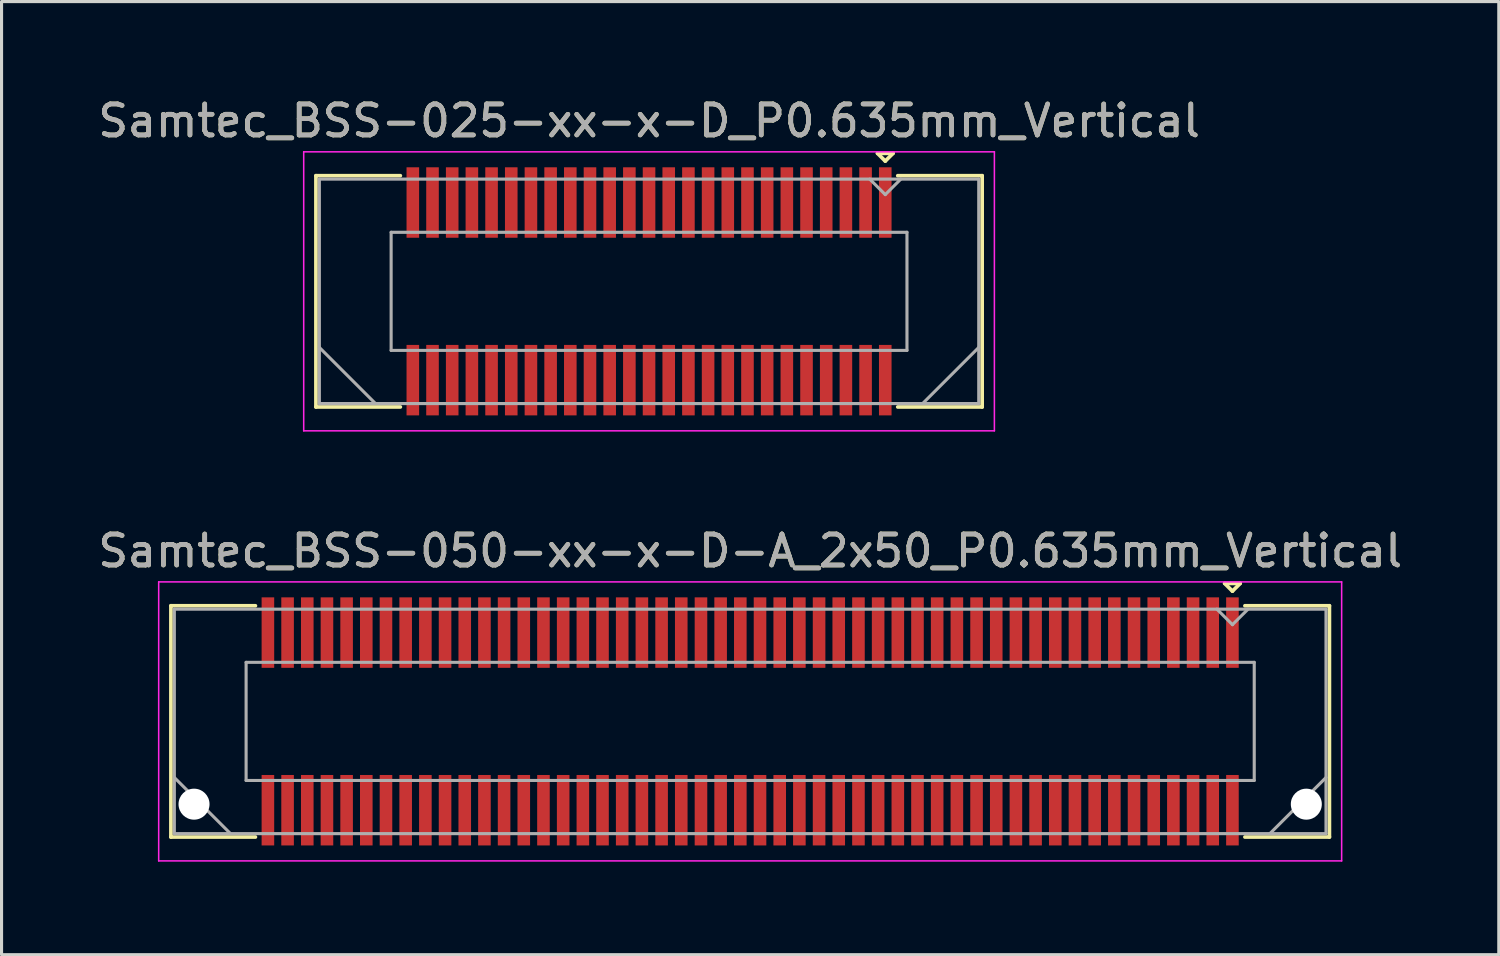
<source format=kicad_pcb>
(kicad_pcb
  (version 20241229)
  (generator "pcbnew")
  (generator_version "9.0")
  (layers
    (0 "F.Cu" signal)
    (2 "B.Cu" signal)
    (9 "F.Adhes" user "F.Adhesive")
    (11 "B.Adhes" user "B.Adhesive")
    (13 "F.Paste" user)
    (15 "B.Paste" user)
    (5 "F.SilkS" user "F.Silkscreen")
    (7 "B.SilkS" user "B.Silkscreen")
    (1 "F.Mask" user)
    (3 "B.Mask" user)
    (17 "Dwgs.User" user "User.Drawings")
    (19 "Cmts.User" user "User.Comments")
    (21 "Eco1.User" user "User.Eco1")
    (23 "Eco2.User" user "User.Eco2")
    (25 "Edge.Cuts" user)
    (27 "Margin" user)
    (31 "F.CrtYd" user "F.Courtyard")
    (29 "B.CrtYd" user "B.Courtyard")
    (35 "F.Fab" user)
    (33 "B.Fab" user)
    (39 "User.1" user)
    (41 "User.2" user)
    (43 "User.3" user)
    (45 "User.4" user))
  (footprint "Samtec_BSS-050-xx-x-D-A_2x50_P0.635mm_Vertical"
    (layer "F.Cu")
    (at 21.149 20.221)
    (property "Reference" "Samtec_BSS-050-xx-x-D-A_2x50_P0.635mm_Vertical" (at 0 -5.5 0) (layer "F.SilkS") (effects (font (size 1 1) (thickness 0.15))))
    (attr smd)
    (fp_line (start -18.685 -3.73) (end -15.96 -3.73) (stroke (width 0.12) (type solid)) (layer "F.SilkS"))
    (fp_line (start -18.685 3.73) (end -18.685 -3.73) (stroke (width 0.12) (type solid)) (layer "F.SilkS"))
    (fp_line (start -15.96 3.73) (end -18.685 3.73) (stroke (width 0.12) (type solid)) (layer "F.SilkS"))
    (fp_line (start 15.307 -4.452) (end 15.807 -4.452) (stroke (width 0.12) (type solid)) (layer "F.SilkS"))
    (fp_line (start 15.557 -4.202) (end 15.307 -4.452) (stroke (width 0.12) (type solid)) (layer "F.SilkS"))
    (fp_line (start 15.807 -4.452) (end 15.557 -4.202) (stroke (width 0.12) (type solid)) (layer "F.SilkS"))
    (fp_line (start 15.96 3.73) (end 18.685 3.73) (stroke (width 0.12) (type solid)) (layer "F.SilkS"))
    (fp_line (start 18.685 -3.73) (end 15.96 -3.73) (stroke (width 0.12) (type solid)) (layer "F.SilkS"))
    (fp_line (start 18.685 3.73) (end 18.685 -3.73) (stroke (width 0.12) (type solid)) (layer "F.SilkS"))
    (fp_line (start -19.08 -4.5) (end -19.08 4.5) (stroke (width 0.05) (type solid)) (layer "F.CrtYd"))
    (fp_line (start -19.08 4.5) (end 19.08 4.5) (stroke (width 0.05) (type solid)) (layer "F.CrtYd"))
    (fp_line (start 19.08 -4.5) (end -19.08 -4.5) (stroke (width 0.05) (type solid)) (layer "F.CrtYd"))
    (fp_line (start 19.08 4.5) (end 19.08 -4.5) (stroke (width 0.05) (type solid)) (layer "F.CrtYd"))
    (fp_line (start -18.575 -3.62) (end -18.575 3.62) (stroke (width 0.1) (type solid)) (layer "F.Fab"))
    (fp_line (start -18.575 1.81) (end -16.765 3.62) (stroke (width 0.1) (type solid)) (layer "F.Fab"))
    (fp_line (start -18.575 3.62) (end 18.575 3.62) (stroke (width 0.1) (type solid)) (layer "F.Fab"))
    (fp_line (start -16.26 -1.905) (end -16.26 1.905) (stroke (width 0.1) (type solid)) (layer "F.Fab"))
    (fp_line (start -16.26 1.905) (end 16.26 1.905) (stroke (width 0.1) (type solid)) (layer "F.Fab"))
    (fp_line (start 15.557 -3.12) (end 15.057 -3.62) (stroke (width 0.1) (type solid)) (layer "F.Fab"))
    (fp_line (start 16.058 -3.62) (end 15.557 -3.12) (stroke (width 0.1) (type solid)) (layer "F.Fab"))
    (fp_line (start 16.26 -1.905) (end -16.26 -1.905) (stroke (width 0.1) (type solid)) (layer "F.Fab"))
    (fp_line (start 16.26 1.905) (end 16.26 -1.905) (stroke (width 0.1) (type solid)) (layer "F.Fab"))
    (fp_line (start 18.575 -3.62) (end -18.575 -3.62) (stroke (width 0.1) (type solid)) (layer "F.Fab"))
    (fp_line (start 18.575 1.81) (end 16.765 3.62) (stroke (width 0.1) (type solid)) (layer "F.Fab"))
    (fp_line (start 18.575 3.62) (end 18.575 -3.62) (stroke (width 0.1) (type solid)) (layer "F.Fab"))
    (fp_text user "${REFERENCE}" (at 0 -5.5 0) (layer "F.Fab") (effects (font (size 1 1) (thickness 0.15))))
    (pad "" np_thru_hole circle (at -17.94 2.67) (size 1 1) (drill 1) (layers "*.Cu" "*.Mask"))
    (pad "" np_thru_hole circle (at 17.94 2.67) (size 1 1) (drill 1) (layers "*.Cu" "*.Mask"))
    (pad "1" smd rect (at 15.557 -2.865) (size 0.406 2.273) (layers "F.Cu" "F.Mask" "F.Paste"))
    (pad "2" smd rect (at 15.557 2.865) (size 0.406 2.273) (layers "F.Cu" "F.Mask" "F.Paste"))
    (pad "3" smd rect (at 14.922 -2.865) (size 0.406 2.273) (layers "F.Cu" "F.Mask" "F.Paste"))
    (pad "4" smd rect (at 14.922 2.865) (size 0.406 2.273) (layers "F.Cu" "F.Mask" "F.Paste"))
    (pad "5" smd rect (at 14.287 -2.865) (size 0.406 2.273) (layers "F.Cu" "F.Mask" "F.Paste"))
    (pad "6" smd rect (at 14.287 2.865) (size 0.406 2.273) (layers "F.Cu" "F.Mask" "F.Paste"))
    (pad "7" smd rect (at 13.652 -2.865) (size 0.406 2.273) (layers "F.Cu" "F.Mask" "F.Paste"))
    (pad "8" smd rect (at 13.652 2.865) (size 0.406 2.273) (layers "F.Cu" "F.Mask" "F.Paste"))
    (pad "9" smd rect (at 13.018 -2.865) (size 0.406 2.273) (layers "F.Cu" "F.Mask" "F.Paste"))
    (pad "10" smd rect (at 13.018 2.865) (size 0.406 2.273) (layers "F.Cu" "F.Mask" "F.Paste"))
    (pad "11" smd rect (at 12.383 -2.865) (size 0.406 2.273) (layers "F.Cu" "F.Mask" "F.Paste"))
    (pad "12" smd rect (at 12.383 2.865) (size 0.406 2.273) (layers "F.Cu" "F.Mask" "F.Paste"))
    (pad "13" smd rect (at 11.748 -2.865) (size 0.406 2.273) (layers "F.Cu" "F.Mask" "F.Paste"))
    (pad "14" smd rect (at 11.748 2.865) (size 0.406 2.273) (layers "F.Cu" "F.Mask" "F.Paste"))
    (pad "15" smd rect (at 11.113 -2.865) (size 0.406 2.273) (layers "F.Cu" "F.Mask" "F.Paste"))
    (pad "16" smd rect (at 11.113 2.865) (size 0.406 2.273) (layers "F.Cu" "F.Mask" "F.Paste"))
    (pad "17" smd rect (at 10.477 -2.865) (size 0.406 2.273) (layers "F.Cu" "F.Mask" "F.Paste"))
    (pad "18" smd rect (at 10.477 2.865) (size 0.406 2.273) (layers "F.Cu" "F.Mask" "F.Paste"))
    (pad "19" smd rect (at 9.842 -2.865) (size 0.406 2.273) (layers "F.Cu" "F.Mask" "F.Paste"))
    (pad "20" smd rect (at 9.842 2.865) (size 0.406 2.273) (layers "F.Cu" "F.Mask" "F.Paste"))
    (pad "21" smd rect (at 9.207 -2.865) (size 0.406 2.273) (layers "F.Cu" "F.Mask" "F.Paste"))
    (pad "22" smd rect (at 9.207 2.865) (size 0.406 2.273) (layers "F.Cu" "F.Mask" "F.Paste"))
    (pad "23" smd rect (at 8.572 -2.865) (size 0.406 2.273) (layers "F.Cu" "F.Mask" "F.Paste"))
    (pad "24" smd rect (at 8.572 2.865) (size 0.406 2.273) (layers "F.Cu" "F.Mask" "F.Paste"))
    (pad "25" smd rect (at 7.938 -2.865) (size 0.406 2.273) (layers "F.Cu" "F.Mask" "F.Paste"))
    (pad "26" smd rect (at 7.938 2.865) (size 0.406 2.273) (layers "F.Cu" "F.Mask" "F.Paste"))
    (pad "27" smd rect (at 7.303 -2.865) (size 0.406 2.273) (layers "F.Cu" "F.Mask" "F.Paste"))
    (pad "28" smd rect (at 7.303 2.865) (size 0.406 2.273) (layers "F.Cu" "F.Mask" "F.Paste"))
    (pad "29" smd rect (at 6.668 -2.865) (size 0.406 2.273) (layers "F.Cu" "F.Mask" "F.Paste"))
    (pad "30" smd rect (at 6.668 2.865) (size 0.406 2.273) (layers "F.Cu" "F.Mask" "F.Paste"))
    (pad "31" smd rect (at 6.032 -2.865) (size 0.406 2.273) (layers "F.Cu" "F.Mask" "F.Paste"))
    (pad "32" smd rect (at 6.032 2.865) (size 0.406 2.273) (layers "F.Cu" "F.Mask" "F.Paste"))
    (pad "33" smd rect (at 5.397 -2.865) (size 0.406 2.273) (layers "F.Cu" "F.Mask" "F.Paste"))
    (pad "34" smd rect (at 5.397 2.865) (size 0.406 2.273) (layers "F.Cu" "F.Mask" "F.Paste"))
    (pad "35" smd rect (at 4.763 -2.865) (size 0.406 2.273) (layers "F.Cu" "F.Mask" "F.Paste"))
    (pad "36" smd rect (at 4.763 2.865) (size 0.406 2.273) (layers "F.Cu" "F.Mask" "F.Paste"))
    (pad "37" smd rect (at 4.128 -2.865) (size 0.406 2.273) (layers "F.Cu" "F.Mask" "F.Paste"))
    (pad "38" smd rect (at 4.128 2.865) (size 0.406 2.273) (layers "F.Cu" "F.Mask" "F.Paste"))
    (pad "39" smd rect (at 3.493 -2.865) (size 0.406 2.273) (layers "F.Cu" "F.Mask" "F.Paste"))
    (pad "40" smd rect (at 3.493 2.865) (size 0.406 2.273) (layers "F.Cu" "F.Mask" "F.Paste"))
    (pad "41" smd rect (at 2.857 -2.865) (size 0.406 2.273) (layers "F.Cu" "F.Mask" "F.Paste"))
    (pad "42" smd rect (at 2.857 2.865) (size 0.406 2.273) (layers "F.Cu" "F.Mask" "F.Paste"))
    (pad "43" smd rect (at 2.223 -2.865) (size 0.406 2.273) (layers "F.Cu" "F.Mask" "F.Paste"))
    (pad "44" smd rect (at 2.223 2.865) (size 0.406 2.273) (layers "F.Cu" "F.Mask" "F.Paste"))
    (pad "45" smd rect (at 1.587 -2.865) (size 0.406 2.273) (layers "F.Cu" "F.Mask" "F.Paste"))
    (pad "46" smd rect (at 1.587 2.865) (size 0.406 2.273) (layers "F.Cu" "F.Mask" "F.Paste"))
    (pad "47" smd rect (at 0.953 -2.865) (size 0.406 2.273) (layers "F.Cu" "F.Mask" "F.Paste"))
    (pad "48" smd rect (at 0.953 2.865) (size 0.406 2.273) (layers "F.Cu" "F.Mask" "F.Paste"))
    (pad "49" smd rect (at 0.318 -2.865) (size 0.406 2.273) (layers "F.Cu" "F.Mask" "F.Paste"))
    (pad "50" smd rect (at 0.318 2.865) (size 0.406 2.273) (layers "F.Cu" "F.Mask" "F.Paste"))
    (pad "51" smd rect (at -0.318 -2.865) (size 0.406 2.273) (layers "F.Cu" "F.Mask" "F.Paste"))
    (pad "52" smd rect (at -0.318 2.865) (size 0.406 2.273) (layers "F.Cu" "F.Mask" "F.Paste"))
    (pad "53" smd rect (at -0.953 -2.865) (size 0.406 2.273) (layers "F.Cu" "F.Mask" "F.Paste"))
    (pad "54" smd rect (at -0.953 2.865) (size 0.406 2.273) (layers "F.Cu" "F.Mask" "F.Paste"))
    (pad "55" smd rect (at -1.587 -2.865) (size 0.406 2.273) (layers "F.Cu" "F.Mask" "F.Paste"))
    (pad "56" smd rect (at -1.587 2.865) (size 0.406 2.273) (layers "F.Cu" "F.Mask" "F.Paste"))
    (pad "57" smd rect (at -2.223 -2.865) (size 0.406 2.273) (layers "F.Cu" "F.Mask" "F.Paste"))
    (pad "58" smd rect (at -2.223 2.865) (size 0.406 2.273) (layers "F.Cu" "F.Mask" "F.Paste"))
    (pad "59" smd rect (at -2.857 -2.865) (size 0.406 2.273) (layers "F.Cu" "F.Mask" "F.Paste"))
    (pad "60" smd rect (at -2.857 2.865) (size 0.406 2.273) (layers "F.Cu" "F.Mask" "F.Paste"))
    (pad "61" smd rect (at -3.493 -2.865) (size 0.406 2.273) (layers "F.Cu" "F.Mask" "F.Paste"))
    (pad "62" smd rect (at -3.493 2.865) (size 0.406 2.273) (layers "F.Cu" "F.Mask" "F.Paste"))
    (pad "63" smd rect (at -4.128 -2.865) (size 0.406 2.273) (layers "F.Cu" "F.Mask" "F.Paste"))
    (pad "64" smd rect (at -4.128 2.865) (size 0.406 2.273) (layers "F.Cu" "F.Mask" "F.Paste"))
    (pad "65" smd rect (at -4.763 -2.865) (size 0.406 2.273) (layers "F.Cu" "F.Mask" "F.Paste"))
    (pad "66" smd rect (at -4.763 2.865) (size 0.406 2.273) (layers "F.Cu" "F.Mask" "F.Paste"))
    (pad "67" smd rect (at -5.397 -2.865) (size 0.406 2.273) (layers "F.Cu" "F.Mask" "F.Paste"))
    (pad "68" smd rect (at -5.397 2.865) (size 0.406 2.273) (layers "F.Cu" "F.Mask" "F.Paste"))
    (pad "69" smd rect (at -6.032 -2.865) (size 0.406 2.273) (layers "F.Cu" "F.Mask" "F.Paste"))
    (pad "70" smd rect (at -6.032 2.865) (size 0.406 2.273) (layers "F.Cu" "F.Mask" "F.Paste"))
    (pad "71" smd rect (at -6.668 -2.865) (size 0.406 2.273) (layers "F.Cu" "F.Mask" "F.Paste"))
    (pad "72" smd rect (at -6.668 2.865) (size 0.406 2.273) (layers "F.Cu" "F.Mask" "F.Paste"))
    (pad "73" smd rect (at -7.303 -2.865) (size 0.406 2.273) (layers "F.Cu" "F.Mask" "F.Paste"))
    (pad "74" smd rect (at -7.303 2.865) (size 0.406 2.273) (layers "F.Cu" "F.Mask" "F.Paste"))
    (pad "75" smd rect (at -7.938 -2.865) (size 0.406 2.273) (layers "F.Cu" "F.Mask" "F.Paste"))
    (pad "76" smd rect (at -7.938 2.865) (size 0.406 2.273) (layers "F.Cu" "F.Mask" "F.Paste"))
    (pad "77" smd rect (at -8.572 -2.865) (size 0.406 2.273) (layers "F.Cu" "F.Mask" "F.Paste"))
    (pad "78" smd rect (at -8.572 2.865) (size 0.406 2.273) (layers "F.Cu" "F.Mask" "F.Paste"))
    (pad "79" smd rect (at -9.207 -2.865) (size 0.406 2.273) (layers "F.Cu" "F.Mask" "F.Paste"))
    (pad "80" smd rect (at -9.207 2.865) (size 0.406 2.273) (layers "F.Cu" "F.Mask" "F.Paste"))
    (pad "81" smd rect (at -9.842 -2.865) (size 0.406 2.273) (layers "F.Cu" "F.Mask" "F.Paste"))
    (pad "82" smd rect (at -9.842 2.865) (size 0.406 2.273) (layers "F.Cu" "F.Mask" "F.Paste"))
    (pad "83" smd rect (at -10.477 -2.865) (size 0.406 2.273) (layers "F.Cu" "F.Mask" "F.Paste"))
    (pad "84" smd rect (at -10.477 2.865) (size 0.406 2.273) (layers "F.Cu" "F.Mask" "F.Paste"))
    (pad "85" smd rect (at -11.113 -2.865) (size 0.406 2.273) (layers "F.Cu" "F.Mask" "F.Paste"))
    (pad "86" smd rect (at -11.113 2.865) (size 0.406 2.273) (layers "F.Cu" "F.Mask" "F.Paste"))
    (pad "87" smd rect (at -11.748 -2.865) (size 0.406 2.273) (layers "F.Cu" "F.Mask" "F.Paste"))
    (pad "88" smd rect (at -11.748 2.865) (size 0.406 2.273) (layers "F.Cu" "F.Mask" "F.Paste"))
    (pad "89" smd rect (at -12.383 -2.865) (size 0.406 2.273) (layers "F.Cu" "F.Mask" "F.Paste"))
    (pad "90" smd rect (at -12.383 2.865) (size 0.406 2.273) (layers "F.Cu" "F.Mask" "F.Paste"))
    (pad "91" smd rect (at -13.018 -2.865) (size 0.406 2.273) (layers "F.Cu" "F.Mask" "F.Paste"))
    (pad "92" smd rect (at -13.018 2.865) (size 0.406 2.273) (layers "F.Cu" "F.Mask" "F.Paste"))
    (pad "93" smd rect (at -13.652 -2.865) (size 0.406 2.273) (layers "F.Cu" "F.Mask" "F.Paste"))
    (pad "94" smd rect (at -13.652 2.865) (size 0.406 2.273) (layers "F.Cu" "F.Mask" "F.Paste"))
    (pad "95" smd rect (at -14.287 -2.865) (size 0.406 2.273) (layers "F.Cu" "F.Mask" "F.Paste"))
    (pad "96" smd rect (at -14.287 2.865) (size 0.406 2.273) (layers "F.Cu" "F.Mask" "F.Paste"))
    (pad "97" smd rect (at -14.922 -2.865) (size 0.406 2.273) (layers "F.Cu" "F.Mask" "F.Paste"))
    (pad "98" smd rect (at -14.922 2.865) (size 0.406 2.273) (layers "F.Cu" "F.Mask" "F.Paste"))
    (pad "99" smd rect (at -15.557 -2.865) (size 0.406 2.273) (layers "F.Cu" "F.Mask" "F.Paste"))
    (pad "100" smd rect (at -15.557 2.865) (size 0.406 2.273) (layers "F.Cu" "F.Mask" "F.Paste")))
  (footprint "Samtec_BSS-025-xx-x-D_P0.635mm_Vertical"
    (layer "F.Cu")
    (at 17.887 6.348)
    (property "Reference" "Samtec_BSS-025-xx-x-D_P0.635mm_Vertical" (at 0 -5.5 0) (layer "F.SilkS") (effects (font (size 1 1) (thickness 0.15))))
    (attr smd)
    (fp_line (start -10.745 -3.73) (end -8.023 -3.73) (stroke (width 0.12) (type solid)) (layer "F.SilkS"))
    (fp_line (start -10.745 3.73) (end -10.745 -3.73) (stroke (width 0.12) (type solid)) (layer "F.SilkS"))
    (fp_line (start -8.023 3.73) (end -10.745 3.73) (stroke (width 0.12) (type solid)) (layer "F.SilkS"))
    (fp_line (start 7.37 -4.452) (end 7.87 -4.452) (stroke (width 0.12) (type solid)) (layer "F.SilkS"))
    (fp_line (start 7.62 -4.202) (end 7.37 -4.452) (stroke (width 0.12) (type solid)) (layer "F.SilkS"))
    (fp_line (start 7.87 -4.452) (end 7.62 -4.202) (stroke (width 0.12) (type solid)) (layer "F.SilkS"))
    (fp_line (start 8.023 3.73) (end 10.745 3.73) (stroke (width 0.12) (type solid)) (layer "F.SilkS"))
    (fp_line (start 10.745 -3.73) (end 8.023 -3.73) (stroke (width 0.12) (type solid)) (layer "F.SilkS"))
    (fp_line (start 10.745 3.73) (end 10.745 -3.73) (stroke (width 0.12) (type solid)) (layer "F.SilkS"))
    (fp_line (start -11.14 -4.5) (end -11.14 4.5) (stroke (width 0.05) (type solid)) (layer "F.CrtYd"))
    (fp_line (start -11.14 4.5) (end 11.14 4.5) (stroke (width 0.05) (type solid)) (layer "F.CrtYd"))
    (fp_line (start 11.14 -4.5) (end -11.14 -4.5) (stroke (width 0.05) (type solid)) (layer "F.CrtYd"))
    (fp_line (start 11.14 4.5) (end 11.14 -4.5) (stroke (width 0.05) (type solid)) (layer "F.CrtYd"))
    (fp_line (start -10.635 -3.62) (end -10.635 3.62) (stroke (width 0.1) (type solid)) (layer "F.Fab"))
    (fp_line (start -10.635 1.81) (end -8.825 3.62) (stroke (width 0.1) (type solid)) (layer "F.Fab"))
    (fp_line (start -10.635 3.62) (end 10.635 3.62) (stroke (width 0.1) (type solid)) (layer "F.Fab"))
    (fp_line (start -8.32 -1.905) (end -8.32 1.905) (stroke (width 0.1) (type solid)) (layer "F.Fab"))
    (fp_line (start -8.32 1.905) (end 8.32 1.905) (stroke (width 0.1) (type solid)) (layer "F.Fab"))
    (fp_line (start 7.62 -3.12) (end 7.12 -3.62) (stroke (width 0.1) (type solid)) (layer "F.Fab"))
    (fp_line (start 8.12 -3.62) (end 7.62 -3.12) (stroke (width 0.1) (type solid)) (layer "F.Fab"))
    (fp_line (start 8.32 -1.905) (end -8.32 -1.905) (stroke (width 0.1) (type solid)) (layer "F.Fab"))
    (fp_line (start 8.32 1.905) (end 8.32 -1.905) (stroke (width 0.1) (type solid)) (layer "F.Fab"))
    (fp_line (start 10.635 -3.62) (end -10.635 -3.62) (stroke (width 0.1) (type solid)) (layer "F.Fab"))
    (fp_line (start 10.635 1.81) (end 8.825 3.62) (stroke (width 0.1) (type solid)) (layer "F.Fab"))
    (fp_line (start 10.635 3.62) (end 10.635 -3.62) (stroke (width 0.1) (type solid)) (layer "F.Fab"))
    (fp_text user "${REFERENCE}" (at 0 -5.5 0) (layer "F.Fab") (effects (font (size 1 1) (thickness 0.15))))
    (pad "1" smd rect (at 7.62 -2.865) (size 0.406 2.273) (layers "F.Cu" "F.Mask" "F.Paste"))
    (pad "2" smd rect (at 7.62 2.865) (size 0.406 2.273) (layers "F.Cu" "F.Mask" "F.Paste"))
    (pad "3" smd rect (at 6.985 -2.865) (size 0.406 2.273) (layers "F.Cu" "F.Mask" "F.Paste"))
    (pad "4" smd rect (at 6.985 2.865) (size 0.406 2.273) (layers "F.Cu" "F.Mask" "F.Paste"))
    (pad "5" smd rect (at 6.35 -2.865) (size 0.406 2.273) (layers "F.Cu" "F.Mask" "F.Paste"))
    (pad "6" smd rect (at 6.35 2.865) (size 0.406 2.273) (layers "F.Cu" "F.Mask" "F.Paste"))
    (pad "7" smd rect (at 5.715 -2.865) (size 0.406 2.273) (layers "F.Cu" "F.Mask" "F.Paste"))
    (pad "8" smd rect (at 5.715 2.865) (size 0.406 2.273) (layers "F.Cu" "F.Mask" "F.Paste"))
    (pad "9" smd rect (at 5.08 -2.865) (size 0.406 2.273) (layers "F.Cu" "F.Mask" "F.Paste"))
    (pad "10" smd rect (at 5.08 2.865) (size 0.406 2.273) (layers "F.Cu" "F.Mask" "F.Paste"))
    (pad "11" smd rect (at 4.445 -2.865) (size 0.406 2.273) (layers "F.Cu" "F.Mask" "F.Paste"))
    (pad "12" smd rect (at 4.445 2.865) (size 0.406 2.273) (layers "F.Cu" "F.Mask" "F.Paste"))
    (pad "13" smd rect (at 3.81 -2.865) (size 0.406 2.273) (layers "F.Cu" "F.Mask" "F.Paste"))
    (pad "14" smd rect (at 3.81 2.865) (size 0.406 2.273) (layers "F.Cu" "F.Mask" "F.Paste"))
    (pad "15" smd rect (at 3.175 -2.865) (size 0.406 2.273) (layers "F.Cu" "F.Mask" "F.Paste"))
    (pad "16" smd rect (at 3.175 2.865) (size 0.406 2.273) (layers "F.Cu" "F.Mask" "F.Paste"))
    (pad "17" smd rect (at 2.54 -2.865) (size 0.406 2.273) (layers "F.Cu" "F.Mask" "F.Paste"))
    (pad "18" smd rect (at 2.54 2.865) (size 0.406 2.273) (layers "F.Cu" "F.Mask" "F.Paste"))
    (pad "19" smd rect (at 1.905 -2.865) (size 0.406 2.273) (layers "F.Cu" "F.Mask" "F.Paste"))
    (pad "20" smd rect (at 1.905 2.865) (size 0.406 2.273) (layers "F.Cu" "F.Mask" "F.Paste"))
    (pad "21" smd rect (at 1.27 -2.865) (size 0.406 2.273) (layers "F.Cu" "F.Mask" "F.Paste"))
    (pad "22" smd rect (at 1.27 2.865) (size 0.406 2.273) (layers "F.Cu" "F.Mask" "F.Paste"))
    (pad "23" smd rect (at 0.635 -2.865) (size 0.406 2.273) (layers "F.Cu" "F.Mask" "F.Paste"))
    (pad "24" smd rect (at 0.635 2.865) (size 0.406 2.273) (layers "F.Cu" "F.Mask" "F.Paste"))
    (pad "25" smd rect (at 0 -2.865) (size 0.406 2.273) (layers "F.Cu" "F.Mask" "F.Paste"))
    (pad "26" smd rect (at 0 2.865) (size 0.406 2.273) (layers "F.Cu" "F.Mask" "F.Paste"))
    (pad "27" smd rect (at -0.635 -2.865) (size 0.406 2.273) (layers "F.Cu" "F.Mask" "F.Paste"))
    (pad "28" smd rect (at -0.635 2.865) (size 0.406 2.273) (layers "F.Cu" "F.Mask" "F.Paste"))
    (pad "29" smd rect (at -1.27 -2.865) (size 0.406 2.273) (layers "F.Cu" "F.Mask" "F.Paste"))
    (pad "30" smd rect (at -1.27 2.865) (size 0.406 2.273) (layers "F.Cu" "F.Mask" "F.Paste"))
    (pad "31" smd rect (at -1.905 -2.865) (size 0.406 2.273) (layers "F.Cu" "F.Mask" "F.Paste"))
    (pad "32" smd rect (at -1.905 2.865) (size 0.406 2.273) (layers "F.Cu" "F.Mask" "F.Paste"))
    (pad "33" smd rect (at -2.54 -2.865) (size 0.406 2.273) (layers "F.Cu" "F.Mask" "F.Paste"))
    (pad "34" smd rect (at -2.54 2.865) (size 0.406 2.273) (layers "F.Cu" "F.Mask" "F.Paste"))
    (pad "35" smd rect (at -3.175 -2.865) (size 0.406 2.273) (layers "F.Cu" "F.Mask" "F.Paste"))
    (pad "36" smd rect (at -3.175 2.865) (size 0.406 2.273) (layers "F.Cu" "F.Mask" "F.Paste"))
    (pad "37" smd rect (at -3.81 -2.865) (size 0.406 2.273) (layers "F.Cu" "F.Mask" "F.Paste"))
    (pad "38" smd rect (at -3.81 2.865) (size 0.406 2.273) (layers "F.Cu" "F.Mask" "F.Paste"))
    (pad "39" smd rect (at -4.445 -2.865) (size 0.406 2.273) (layers "F.Cu" "F.Mask" "F.Paste"))
    (pad "40" smd rect (at -4.445 2.865) (size 0.406 2.273) (layers "F.Cu" "F.Mask" "F.Paste"))
    (pad "41" smd rect (at -5.08 -2.865) (size 0.406 2.273) (layers "F.Cu" "F.Mask" "F.Paste"))
    (pad "42" smd rect (at -5.08 2.865) (size 0.406 2.273) (layers "F.Cu" "F.Mask" "F.Paste"))
    (pad "43" smd rect (at -5.715 -2.865) (size 0.406 2.273) (layers "F.Cu" "F.Mask" "F.Paste"))
    (pad "44" smd rect (at -5.715 2.865) (size 0.406 2.273) (layers "F.Cu" "F.Mask" "F.Paste"))
    (pad "45" smd rect (at -6.35 -2.865) (size 0.406 2.273) (layers "F.Cu" "F.Mask" "F.Paste"))
    (pad "46" smd rect (at -6.35 2.865) (size 0.406 2.273) (layers "F.Cu" "F.Mask" "F.Paste"))
    (pad "47" smd rect (at -6.985 -2.865) (size 0.406 2.273) (layers "F.Cu" "F.Mask" "F.Paste"))
    (pad "48" smd rect (at -6.985 2.865) (size 0.406 2.273) (layers "F.Cu" "F.Mask" "F.Paste"))
    (pad "49" smd rect (at -7.62 -2.865) (size 0.406 2.273) (layers "F.Cu" "F.Mask" "F.Paste"))
    (pad "50" smd rect (at -7.62 2.865) (size 0.406 2.273) (layers "F.Cu" "F.Mask" "F.Paste")))
  (gr_rect
    (start -3 -3)
    (end 45.298 27.747)
    (stroke (width 0.1) (type default))
    (fill no)
    (layer "Edge.Cuts")))
</source>
